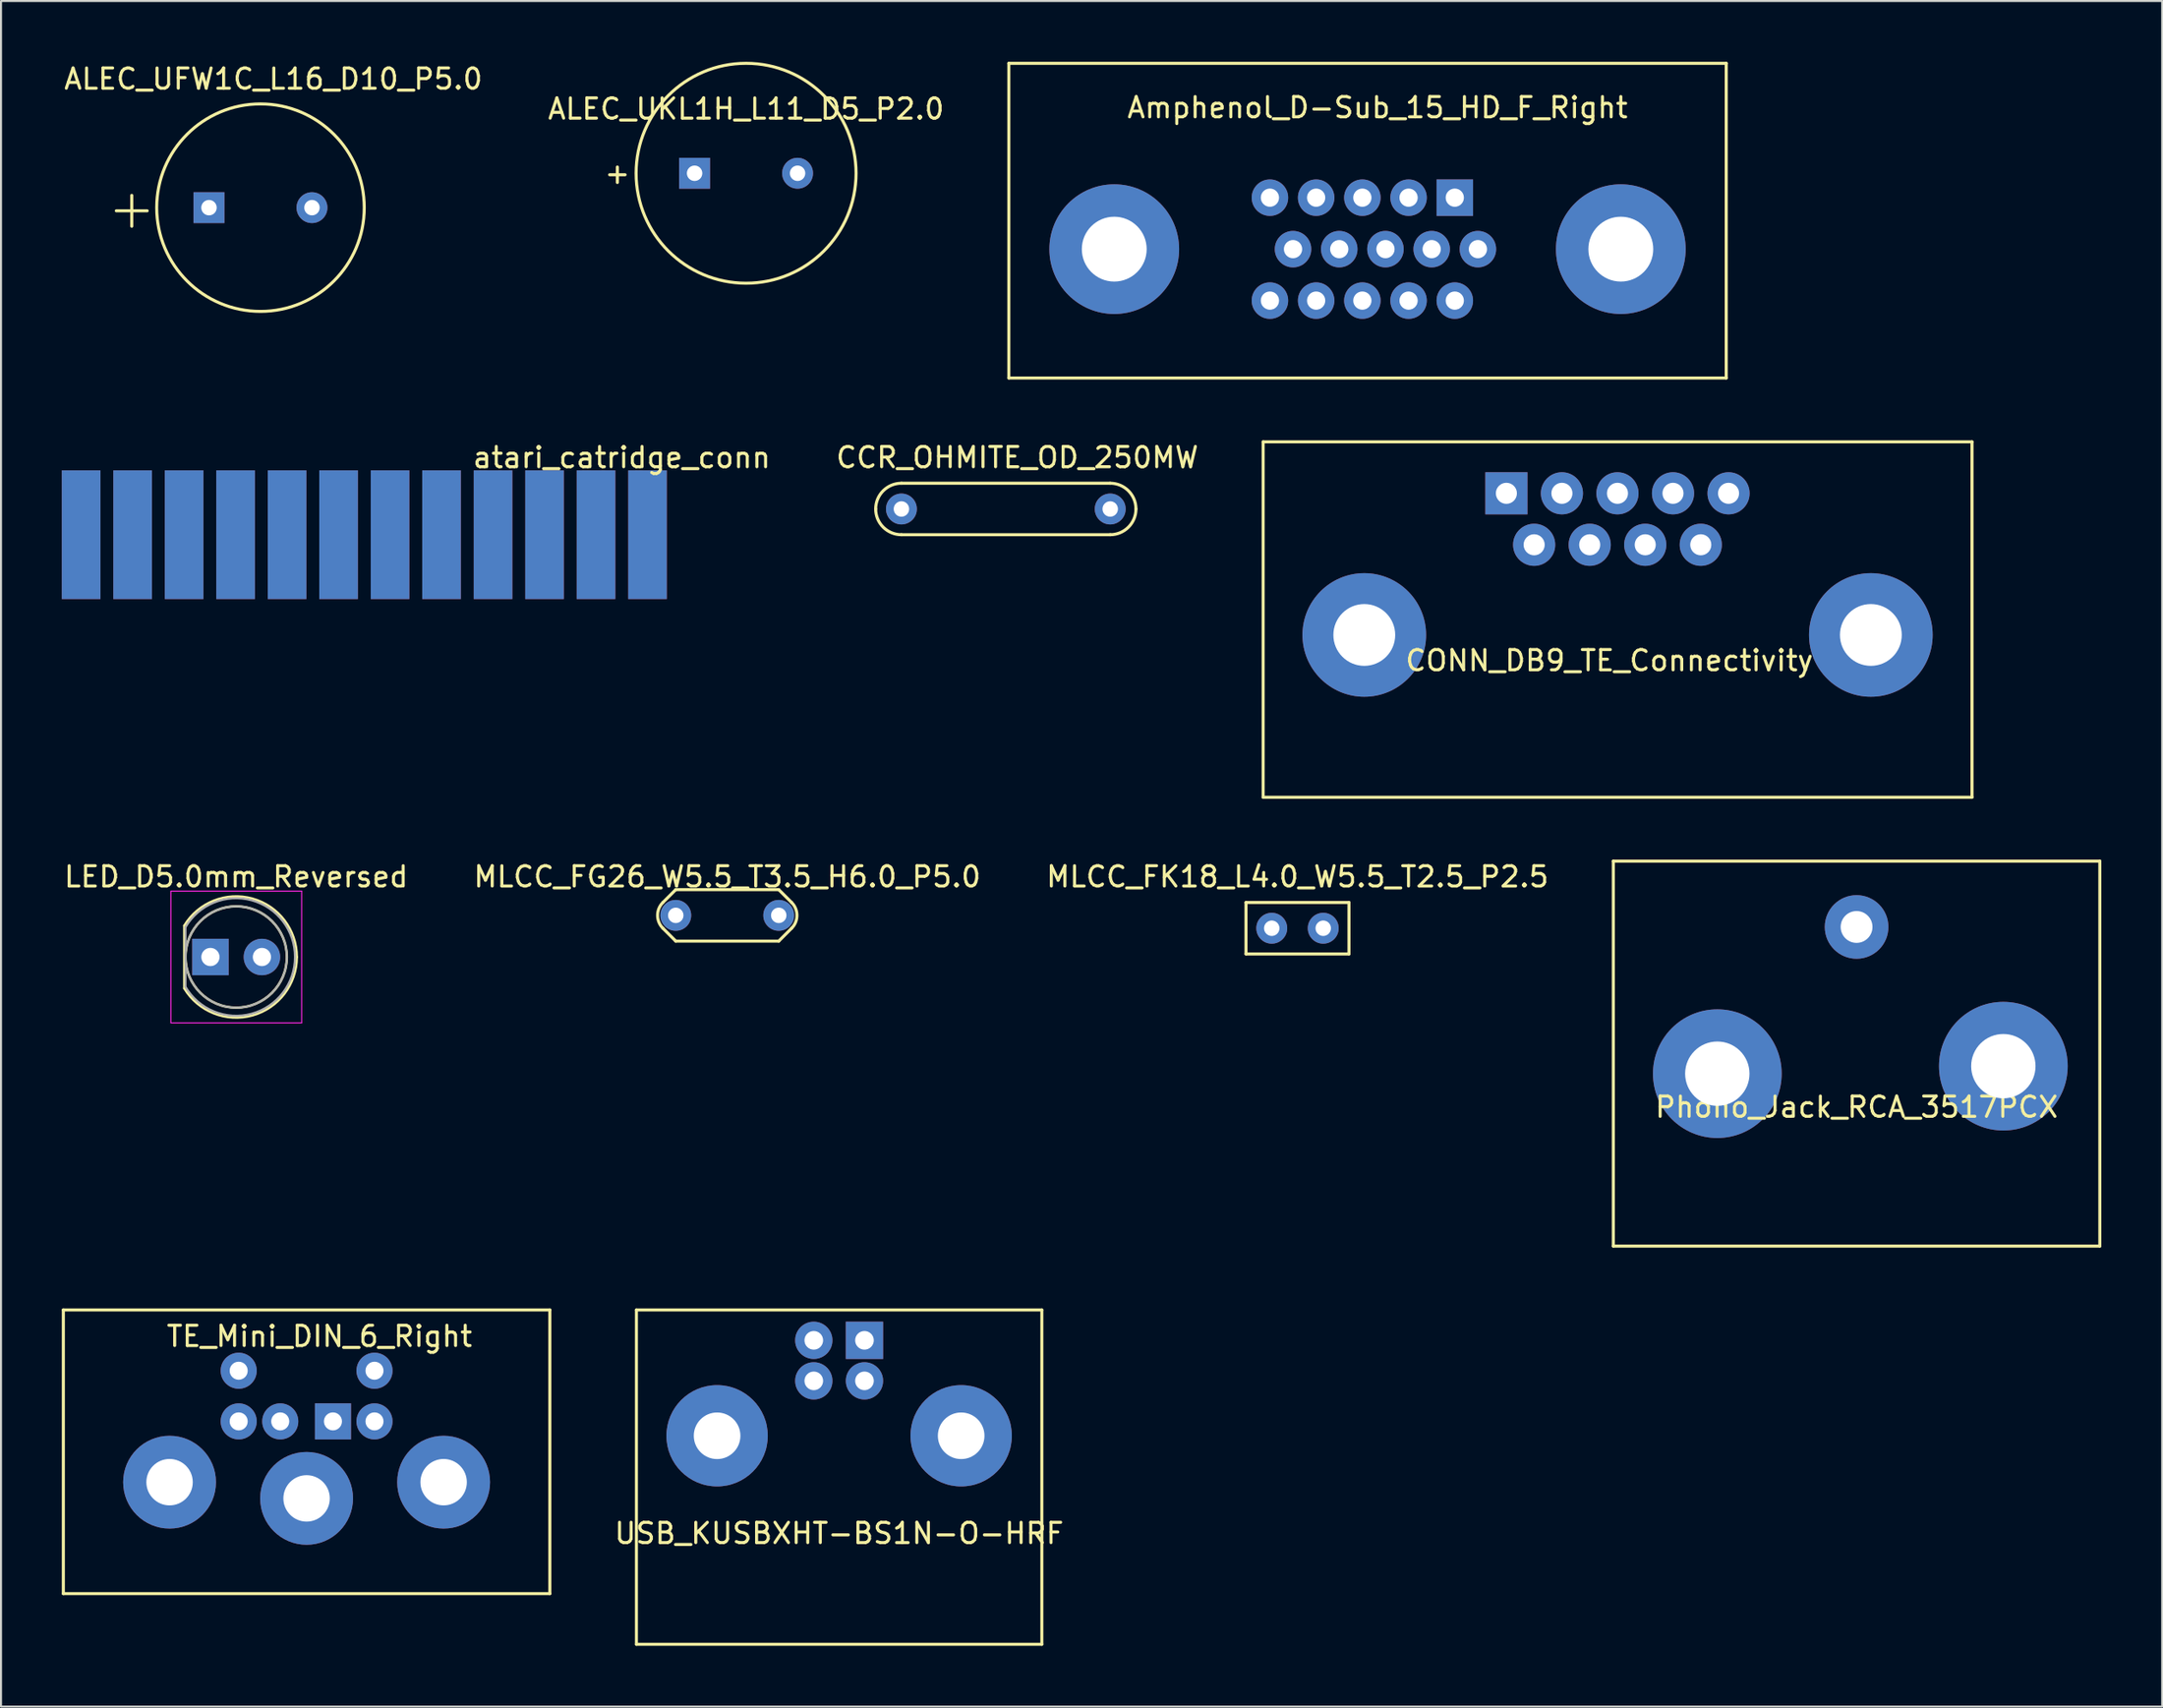
<source format=kicad_pcb>
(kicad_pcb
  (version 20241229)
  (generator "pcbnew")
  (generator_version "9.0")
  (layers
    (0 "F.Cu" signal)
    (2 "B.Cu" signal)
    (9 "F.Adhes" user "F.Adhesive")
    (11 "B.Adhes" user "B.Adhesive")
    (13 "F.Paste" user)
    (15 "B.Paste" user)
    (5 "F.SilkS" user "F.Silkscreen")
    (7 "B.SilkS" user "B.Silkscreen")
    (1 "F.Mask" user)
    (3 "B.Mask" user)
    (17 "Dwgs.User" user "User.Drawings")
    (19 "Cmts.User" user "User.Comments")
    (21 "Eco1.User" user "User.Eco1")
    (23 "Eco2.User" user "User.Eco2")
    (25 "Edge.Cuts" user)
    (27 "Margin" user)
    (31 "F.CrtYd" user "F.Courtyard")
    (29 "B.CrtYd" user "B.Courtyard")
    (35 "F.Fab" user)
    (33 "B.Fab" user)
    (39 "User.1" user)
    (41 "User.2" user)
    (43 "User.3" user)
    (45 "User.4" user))
  (footprint "MLCC_FK18_L4.0_W5.5_T2.5_P2.5"
    (layer "F.Cu")
    (at 59.688 42.758)
    (property "Reference" "MLCC_FK18_L4.0_W5.5_T2.5_P2.5" (at 1.27 -2.54 0) (layer "F.SilkS") (effects (font (size 1 1) (thickness 0.15))))
    (attr through_hole)
    (fp_line (start -1.27 -1.27) (end -1.27 1.27) (stroke (width 0.15) (type solid)) (layer "F.SilkS"))
    (fp_line (start -1.27 1.27) (end 3.81 1.27) (stroke (width 0.15) (type solid)) (layer "F.SilkS"))
    (fp_line (start 3.81 -1.27) (end -1.27 -1.27) (stroke (width 0.15) (type solid)) (layer "F.SilkS"))
    (fp_line (start 3.81 1.27) (end 3.81 -1.27) (stroke (width 0.15) (type solid)) (layer "F.SilkS"))
    (pad "1" thru_hole circle (at 0 0) (size 1.524 1.524) (drill 0.762) (layers "*.Cu" "*.Mask"))
    (pad "2" thru_hole circle (at 2.54 0) (size 1.524 1.524) (drill 0.762) (layers "*.Cu" "*.Mask")))
  (footprint "CCR_OHMITE_OD_250MW"
    (layer "F.Cu")
    (at 41.419 22.068)
    (property "Reference" "CCR_OHMITE_OD_250MW" (at 5.715 -2.54 0) (layer "F.SilkS") (effects (font (size 1 1) (thickness 0.15))))
    (attr through_hole)
    (fp_line (start 0 -1.27) (end 10.3 -1.27) (stroke (width 0.15) (type solid)) (layer "F.SilkS"))
    (fp_line (start 0 1.27) (end 10.3 1.27) (stroke (width 0.15) (type solid)) (layer "F.SilkS"))
    (fp_arc (start -1.27 0) (mid -0.898026 -0.898026) (end 0 -1.27) (stroke (width 0.15) (type solid)) (layer "F.SilkS"))
    (fp_arc (start 0 1.27) (mid -0.898026 0.898026) (end -1.27 0) (stroke (width 0.15) (type solid)) (layer "F.SilkS"))
    (fp_arc (start 10.3 -1.27) (mid 11.198026 -0.898026) (end 11.57 0) (stroke (width 0.15) (type solid)) (layer "F.SilkS"))
    (fp_arc (start 11.57 0) (mid 11.198026 0.898026) (end 10.3 1.27) (stroke (width 0.15) (type solid)) (layer "F.SilkS"))
    (pad "1" thru_hole circle (at 0 0) (size 1.524 1.524) (drill 0.762) (layers "*.Cu" "*.Mask"))
    (pad "2" thru_hole circle (at 10.3 0) (size 1.524 1.524) (drill 0.762) (layers "*.Cu" "*.Mask")))
  (footprint "CONN_DB9_TE_Connectivity"
    (layer "F.Cu")
    (at 71.263 21.295)
    (property "Reference" "CONN_DB9_TE_Connectivity" (at 5.08 8.255 0) (layer "F.SilkS") (effects (font (size 1 1) (thickness 0.15))))
    (attr through_hole)
    (fp_line (start -12 -2.54) (end 22.97 -2.54) (stroke (width 0.15) (type solid)) (layer "F.SilkS"))
    (fp_line (start -12 15) (end -12 -2.54) (stroke (width 0.15) (type solid)) (layer "F.SilkS"))
    (fp_line (start -12 15) (end 22.97 15) (stroke (width 0.15) (type solid)) (layer "F.SilkS"))
    (fp_line (start 22.97 -2.54) (end 22.97 15) (stroke (width 0.15) (type solid)) (layer "F.SilkS"))
    (pad "" thru_hole circle (at -7.01 6.99) (size 6.1 6.1) (drill 3.05) (layers "*.Cu" "*.Mask"))
    (pad "" thru_hole circle (at 17.98 6.99) (size 6.1 6.1) (drill 3.05) (layers "*.Cu" "*.Mask"))
    (pad "1" thru_hole rect (at 0 0) (size 2.08 2.08) (drill 1.04) (layers "*.Cu" "*.Mask"))
    (pad "2" thru_hole circle (at 2.74 0) (size 2.08 2.08) (drill 1.04) (layers "*.Cu" "*.Mask"))
    (pad "3" thru_hole circle (at 5.48 0) (size 2.08 2.08) (drill 1.04) (layers "*.Cu" "*.Mask"))
    (pad "4" thru_hole circle (at 8.22 0) (size 2.08 2.08) (drill 1.04) (layers "*.Cu" "*.Mask"))
    (pad "5" thru_hole circle (at 10.96 0) (size 2.08 2.08) (drill 1.04) (layers "*.Cu" "*.Mask"))
    (pad "6" thru_hole circle (at 1.37 2.54) (size 2.08 2.08) (drill 1.04) (layers "*.Cu" "*.Mask"))
    (pad "7" thru_hole circle (at 4.11 2.54) (size 2.08 2.08) (drill 1.04) (layers "*.Cu" "*.Mask"))
    (pad "8" thru_hole circle (at 6.85 2.54) (size 2.08 2.08) (drill 1.04) (layers "*.Cu" "*.Mask"))
    (pad "9" thru_hole circle (at 9.59 2.54) (size 2.08 2.08) (drill 1.04) (layers "*.Cu" "*.Mask")))
  (footprint "Phono_Jack_RCA_3517PCX"
    (layer "F.Cu")
    (at 88.539 42.695)
    (property "Reference" "Phono_Jack_RCA_3517PCX" (at 0 8.89 0) (layer "F.SilkS") (effects (font (size 1 1) (thickness 0.15))))
    (attr through_hole)
    (fp_line (start -12 -3.25) (end -12 15.75) (stroke (width 0.15) (type solid)) (layer "F.SilkS"))
    (fp_line (start -12 -3.25) (end 12 -3.25) (stroke (width 0.15) (type solid)) (layer "F.SilkS"))
    (fp_line (start -12 15.75) (end 12 15.75) (stroke (width 0.15) (type solid)) (layer "F.SilkS"))
    (fp_line (start 12 15.75) (end 12 -3.25) (stroke (width 0.15) (type solid)) (layer "F.SilkS"))
    (pad "1" thru_hole circle (at 0 0) (size 3.14 3.14) (drill 1.57) (layers "*.Cu" "*.Mask"))
    (pad "2" thru_hole circle (at -6.87 7.24) (size 6.35 6.35) (drill 3.175) (layers "*.Cu" "*.Mask"))
    (pad "2" thru_hole circle (at 7.24 6.87) (size 6.35 6.35) (drill 3.175) (layers "*.Cu" "*.Mask")))
  (footprint "ALEC_UFW1C_L16_D10_P5.0"
    (layer "F.Cu")
    (at 7.26 7.198)
    (property "Reference" "ALEC_UFW1C_L16_D10_P5.0" (at 3.175 -6.35 0) (layer "F.SilkS") (effects (font (size 1 1) (thickness 0.15))))
    (attr through_hole)
    (fp_circle (center 2.54 0) (end 7.62 0.635) (stroke (width 0.15) (type solid)) (fill no) (layer "F.SilkS"))
    (fp_text user "+" (at -3.81 0 0) (layer "F.SilkS") (effects (font (size 2 2) (thickness 0.15))))
    (pad "1" thru_hole rect (at 0 0) (size 1.524 1.524) (drill 0.762) (layers "*.Cu" "*.Mask"))
    (pad "2" thru_hole circle (at 5.08 0) (size 1.524 1.524) (drill 0.762) (layers "*.Cu" "*.Mask")))
  (footprint "ALEC_UKL1H_L11_D5_P2.0"
    (layer "F.Cu")
    (at 31.216 5.5)
    (property "Reference" "ALEC_UKL1H_L11_D5_P2.0" (at 2.54 -3.175 0) (layer "F.SilkS") (effects (font (size 1 1) (thickness 0.15))))
    (attr through_hole)
    (fp_circle (center 2.54 0) (end 7.62 -1.905) (stroke (width 0.15) (type solid)) (fill no) (layer "F.SilkS"))
    (fp_text user "+" (at -3.81 0 0) (layer "F.SilkS") (effects (font (size 1 1) (thickness 0.15))))
    (pad "1" thru_hole rect (at 0 0) (size 1.524 1.524) (drill 0.762) (layers "*.Cu" "*.Mask"))
    (pad "2" thru_hole circle (at 5.08 0) (size 1.524 1.524) (drill 0.762) (layers "*.Cu" "*.Mask")))
  (footprint "LED_D5.0mm_Reversed"
    (layer "F.Cu")
    (at 7.331 44.178)
    (property "Reference" "LED_D5.0mm_Reversed" (at 1.27 -3.96 0) (layer "F.SilkS") (effects (font (size 1 1) (thickness 0.15))))
    (attr through_hole)
    (fp_line (start -1.29 -1.545) (end -1.29 1.545) (stroke (width 0.12) (type solid)) (layer "F.SilkS"))
    (fp_arc (start -1.29 -1.54483) (mid 2.072002 -2.880433) (end 4.26 0.000462) (stroke (width 0.12) (type solid)) (layer "F.SilkS"))
    (fp_arc (start 4.26 -0.000462) (mid 2.072002 2.880433) (end -1.29 1.54483) (stroke (width 0.12) (type solid)) (layer "F.SilkS"))
    (fp_circle (center 1.27 0) (end 3.77 0) (stroke (width 0.12) (type solid)) (fill no) (layer "F.SilkS"))
    (fp_line (start -1.95 -3.25) (end -1.95 3.25) (stroke (width 0.05) (type solid)) (layer "F.CrtYd"))
    (fp_line (start -1.95 3.25) (end 4.5 3.25) (stroke (width 0.05) (type solid)) (layer "F.CrtYd"))
    (fp_line (start 4.5 -3.25) (end -1.95 -3.25) (stroke (width 0.05) (type solid)) (layer "F.CrtYd"))
    (fp_line (start 4.5 3.25) (end 4.5 -3.25) (stroke (width 0.05) (type solid)) (layer "F.CrtYd"))
    (fp_line (start -1.23 -1.47) (end -1.23 1.47) (stroke (width 0.1) (type solid)) (layer "F.Fab"))
    (fp_arc (start -1.23 -1.469694) (mid 4.17 0.000016) (end -1.230016 1.469666) (stroke (width 0.1) (type solid)) (layer "F.Fab"))
    (fp_circle (center 1.27 0) (end 3.77 0) (stroke (width 0.1) (type solid)) (fill no) (layer "F.Fab"))
    (pad "1" thru_hole circle (at 2.54 0) (size 1.8 1.8) (drill 0.9) (layers "*.Cu" "*.Mask"))
    (pad "2" thru_hole rect (at 0 0) (size 1.8 1.8) (drill 0.9) (layers "*.Cu" "*.Mask")))
  (footprint "USB_KUSBXHT-BS1N-O-HRF"
    (layer "F.Cu")
    (at 38.346 63.095)
    (property "Reference" "USB_KUSBXHT-BS1N-O-HRF" (at 0 9.525 0) (layer "F.SilkS") (effects (font (size 1 1) (thickness 0.15))))
    (attr through_hole)
    (fp_line (start -10 -1.5) (end 10 -1.5) (stroke (width 0.15) (type solid)) (layer "F.SilkS"))
    (fp_line (start -10 15) (end -10 -1.5) (stroke (width 0.15) (type solid)) (layer "F.SilkS"))
    (fp_line (start -10 15) (end 10 15) (stroke (width 0.15) (type solid)) (layer "F.SilkS"))
    (fp_line (start 10 -1.5) (end 10 15) (stroke (width 0.15) (type solid)) (layer "F.SilkS"))
    (pad "" thru_hole circle (at -6.02 4.71) (size 5 5) (drill 2.3) (layers "*.Cu" "*.Mask"))
    (pad "" thru_hole circle (at 6.02 4.71) (size 5 5) (drill 2.3) (layers "*.Cu" "*.Mask"))
    (pad "1" thru_hole rect (at 1.25 0) (size 1.84 1.84) (drill 0.92) (layers "*.Cu" "*.Mask"))
    (pad "2" thru_hole circle (at -1.25 0) (size 1.84 1.84) (drill 0.92) (layers "*.Cu" "*.Mask"))
    (pad "3" thru_hole circle (at -1.25 2) (size 1.84 1.84) (drill 0.92) (layers "*.Cu" "*.Mask"))
    (pad "4" thru_hole circle (at 1.25 2) (size 1.84 1.84) (drill 0.92) (layers "*.Cu" "*.Mask")))
  (footprint "TE_Mini_DIN_6_Right"
    (layer "F.Cu")
    (at 13.345 67.34)
    (property "Reference" "TE_Mini_DIN_6_Right" (at -0.635 -4.445 0) (layer "F.SilkS") (effects (font (size 1 1) (thickness 0.15))))
    (attr through_hole)
    (fp_line (start -13.27 8.255) (end -13.27 -5.745) (stroke (width 0.15) (type solid)) (layer "F.SilkS"))
    (fp_line (start -13.27 8.255) (end 10.73 8.255) (stroke (width 0.15) (type solid)) (layer "F.SilkS"))
    (fp_line (start 10.73 -5.745) (end -13.27 -5.745) (stroke (width 0.15) (type solid)) (layer "F.SilkS"))
    (fp_line (start 10.73 8.255) (end 10.73 -5.745) (stroke (width 0.15) (type solid)) (layer "F.SilkS"))
    (pad "" thru_hole circle (at -8.03 2.755 180) (size 4.58 4.58) (drill 2.29) (layers "*.Cu" "*.Mask"))
    (pad "" thru_hole circle (at -1.27 3.555 180) (size 4.58 4.58) (drill 2.29) (layers "*.Cu" "*.Mask"))
    (pad "" thru_hole circle (at 5.49 2.755 180) (size 4.58 4.58) (drill 2.29) (layers "*.Cu" "*.Mask"))
    (pad "1" thru_hole rect (at 0.03 -0.245 180) (size 1.78 1.78) (drill 0.89) (layers "*.Cu" "*.Mask"))
    (pad "2" thru_hole circle (at -2.57 -0.245 180) (size 1.78 1.78) (drill 0.89) (layers "*.Cu" "*.Mask"))
    (pad "3" thru_hole circle (at 2.08 -0.245 180) (size 1.78 1.78) (drill 0.89) (layers "*.Cu" "*.Mask"))
    (pad "4" thru_hole circle (at -4.62 -0.245 180) (size 1.78 1.78) (drill 0.89) (layers "*.Cu" "*.Mask"))
    (pad "5" thru_hole circle (at 2.08 -2.745 180) (size 1.78 1.78) (drill 0.89) (layers "*.Cu" "*.Mask"))
    (pad "6" thru_hole circle (at -4.62 -2.745 180) (size 1.78 1.78) (drill 0.89) (layers "*.Cu" "*.Mask")))
  (footprint "atari_catridge_conn"
    (layer "F.Cu")
    (at 14.922 23.338)
    (property "Reference" "atari_catridge_conn" (at 12.7 -3.81 0) (layer "F.SilkS") (effects (font (size 1 1) (thickness 0.15))))
    (attr through_hole)
    (pad "1" connect rect (at -13.97 0) (size 1.905 6.35) (layers "F.Cu" "F.Mask"))
    (pad "2" connect rect (at -11.43 0) (size 1.905 6.35) (layers "F.Cu" "F.Mask"))
    (pad "3" connect rect (at -8.89 0) (size 1.905 6.35) (layers "F.Cu" "F.Mask"))
    (pad "4" connect rect (at -6.35 0) (size 1.905 6.35) (layers "F.Cu" "F.Mask"))
    (pad "5" connect rect (at -3.81 0) (size 1.905 6.35) (layers "F.Cu" "F.Mask"))
    (pad "6" connect rect (at -1.27 0) (size 1.905 6.35) (layers "F.Cu" "F.Mask"))
    (pad "7" connect rect (at 1.27 0) (size 1.905 6.35) (layers "F.Cu" "F.Mask"))
    (pad "8" connect rect (at 3.81 0) (size 1.905 6.35) (layers "F.Cu" "F.Mask"))
    (pad "9" connect rect (at 6.35 0) (size 1.905 6.35) (layers "F.Cu" "F.Mask"))
    (pad "10" connect rect (at 8.89 0) (size 1.905 6.35) (layers "F.Cu" "F.Mask"))
    (pad "11" connect rect (at 11.43 0) (size 1.905 6.35) (layers "F.Cu" "F.Mask"))
    (pad "12" connect rect (at 13.97 0) (size 1.905 6.35) (layers "F.Cu" "F.Mask"))
    (pad "13" connect rect (at 13.97 0) (size 1.905 6.35) (layers "F.Mask" "B.Cu"))
    (pad "14" connect rect (at 11.43 0) (size 1.905 6.35) (layers "F.Mask" "B.Cu"))
    (pad "15" connect rect (at 8.89 0) (size 1.905 6.35) (layers "F.Mask" "B.Cu"))
    (pad "16" connect rect (at 6.35 0) (size 1.905 6.35) (layers "F.Mask" "B.Cu"))
    (pad "17" connect rect (at 3.81 0) (size 1.905 6.35) (layers "F.Mask" "B.Cu"))
    (pad "18" connect rect (at 1.27 0) (size 1.905 6.35) (layers "F.Mask" "B.Cu"))
    (pad "19" connect rect (at -1.27 0) (size 1.905 6.35) (layers "F.Mask" "B.Cu"))
    (pad "20" connect rect (at -3.81 0) (size 1.905 6.35) (layers "F.Mask" "B.Cu"))
    (pad "21" connect rect (at -6.35 0) (size 1.905 6.35) (layers "F.Mask" "B.Cu"))
    (pad "22" connect rect (at -8.89 0) (size 1.905 6.35) (layers "F.Mask" "B.Cu"))
    (pad "23" connect rect (at -11.43 0) (size 1.905 6.35) (layers "F.Mask" "B.Cu"))
    (pad "24" connect rect (at -13.97 0) (size 1.905 6.35) (layers "F.Mask" "B.Cu")))
  (footprint "MLCC_FG26_W5.5_T3.5_H6.0_P5.0"
    (layer "F.Cu")
    (at 30.287 42.123)
    (property "Reference" "MLCC_FG26_W5.5_T3.5_H6.0_P5.0" (at 2.54 -1.905 0) (layer "F.SilkS") (effects (font (size 1 1) (thickness 0.15))))
    (attr through_hole)
    (fp_line (start -0.635 0.635) (end 0 1.27) (stroke (width 0.15) (type solid)) (layer "F.SilkS"))
    (fp_line (start 0 -1.27) (end -0.635 -0.635) (stroke (width 0.15) (type solid)) (layer "F.SilkS"))
    (fp_line (start 0 1.27) (end 5.08 1.27) (stroke (width 0.15) (type solid)) (layer "F.SilkS"))
    (fp_line (start 5.08 -1.27) (end 0 -1.27) (stroke (width 0.15) (type solid)) (layer "F.SilkS"))
    (fp_line (start 5.08 1.27) (end 5.715 0.635) (stroke (width 0.15) (type solid)) (layer "F.SilkS"))
    (fp_line (start 5.715 -0.635) (end 5.08 -1.27) (stroke (width 0.15) (type solid)) (layer "F.SilkS"))
    (fp_arc (start -0.635 0.635) (mid -0.898026 0) (end -0.635 -0.635) (stroke (width 0.15) (type solid)) (layer "F.SilkS"))
    (fp_arc (start 5.715 -0.635) (mid 5.978026 0) (end 5.715 0.635) (stroke (width 0.15) (type solid)) (layer "F.SilkS"))
    (pad "1" thru_hole circle (at 0 0) (size 1.524 1.524) (drill 0.762) (layers "*.Cu" "*.Mask"))
    (pad "2" thru_hole circle (at 5.08 0) (size 1.524 1.524) (drill 0.762) (layers "*.Cu" "*.Mask")))
  (footprint "Amphenol_D-Sub_15_HD_F_Right"
    (layer "F.Cu")
    (at 68.718 6.705)
    (property "Reference" "Amphenol_D-Sub_15_HD_F_Right" (at -3.81 -4.445 0) (layer "F.SilkS") (effects (font (size 1 1) (thickness 0.15))))
    (attr through_hole)
    (fp_line (start -22 -6.63) (end -22 8.9) (stroke (width 0.15) (type solid)) (layer "F.SilkS"))
    (fp_line (start -22 -6.63) (end 13.39 -6.63) (stroke (width 0.15) (type solid)) (layer "F.SilkS"))
    (fp_line (start -22 8.9) (end 13.39 8.9) (stroke (width 0.15) (type solid)) (layer "F.SilkS"))
    (fp_line (start 13.39 -6.63) (end 13.39 8.9) (stroke (width 0.15) (type solid)) (layer "F.SilkS"))
    (pad "" thru_hole circle (at -16.8 2.54) (size 6.4 6.4) (drill 3.2) (layers "*.Cu" "*.Mask"))
    (pad "" thru_hole circle (at 8.19 2.54) (size 6.4 6.4) (drill 3.2) (layers "*.Cu" "*.Mask"))
    (pad "1" thru_hole rect (at 0 0) (size 1.8 1.8) (drill 0.9) (layers "*.Cu" "*.Mask"))
    (pad "2" thru_hole circle (at -2.28 0) (size 1.8 1.8) (drill 0.9) (layers "*.Cu" "*.Mask"))
    (pad "3" thru_hole circle (at -4.56 0) (size 1.8 1.8) (drill 0.9) (layers "*.Cu" "*.Mask"))
    (pad "4" thru_hole circle (at -6.84 0) (size 1.8 1.8) (drill 0.9) (layers "*.Cu" "*.Mask"))
    (pad "5" thru_hole circle (at -9.12 0) (size 1.8 1.8) (drill 0.9) (layers "*.Cu" "*.Mask"))
    (pad "6" thru_hole circle (at 1.14 2.54) (size 1.8 1.8) (drill 0.9) (layers "*.Cu" "*.Mask"))
    (pad "7" thru_hole circle (at -1.14 2.54) (size 1.8 1.8) (drill 0.9) (layers "*.Cu" "*.Mask"))
    (pad "8" thru_hole circle (at -3.42 2.54) (size 1.8 1.8) (drill 0.9) (layers "*.Cu" "*.Mask"))
    (pad "9" thru_hole circle (at -5.7 2.54) (size 1.8 1.8) (drill 0.9) (layers "*.Cu" "*.Mask"))
    (pad "10" thru_hole circle (at -7.98 2.54) (size 1.8 1.8) (drill 0.9) (layers "*.Cu" "*.Mask"))
    (pad "11" thru_hole circle (at 0 5.08) (size 1.8 1.8) (drill 0.9) (layers "*.Cu" "*.Mask"))
    (pad "12" thru_hole circle (at -2.28 5.08) (size 1.8 1.8) (drill 0.9) (layers "*.Cu" "*.Mask"))
    (pad "13" thru_hole circle (at -4.56 5.08) (size 1.8 1.8) (drill 0.9) (layers "*.Cu" "*.Mask"))
    (pad "14" thru_hole circle (at -6.84 5.08) (size 1.8 1.8) (drill 0.9) (layers "*.Cu" "*.Mask"))
    (pad "15" thru_hole circle (at -9.12 5.08) (size 1.8 1.8) (drill 0.9) (layers "*.Cu" "*.Mask")))
  (gr_rect
    (start -3 -3)
    (end 103.614 81.17)
    (stroke (width 0.1) (type default))
    (fill no)
    (layer "Edge.Cuts")))
</source>
